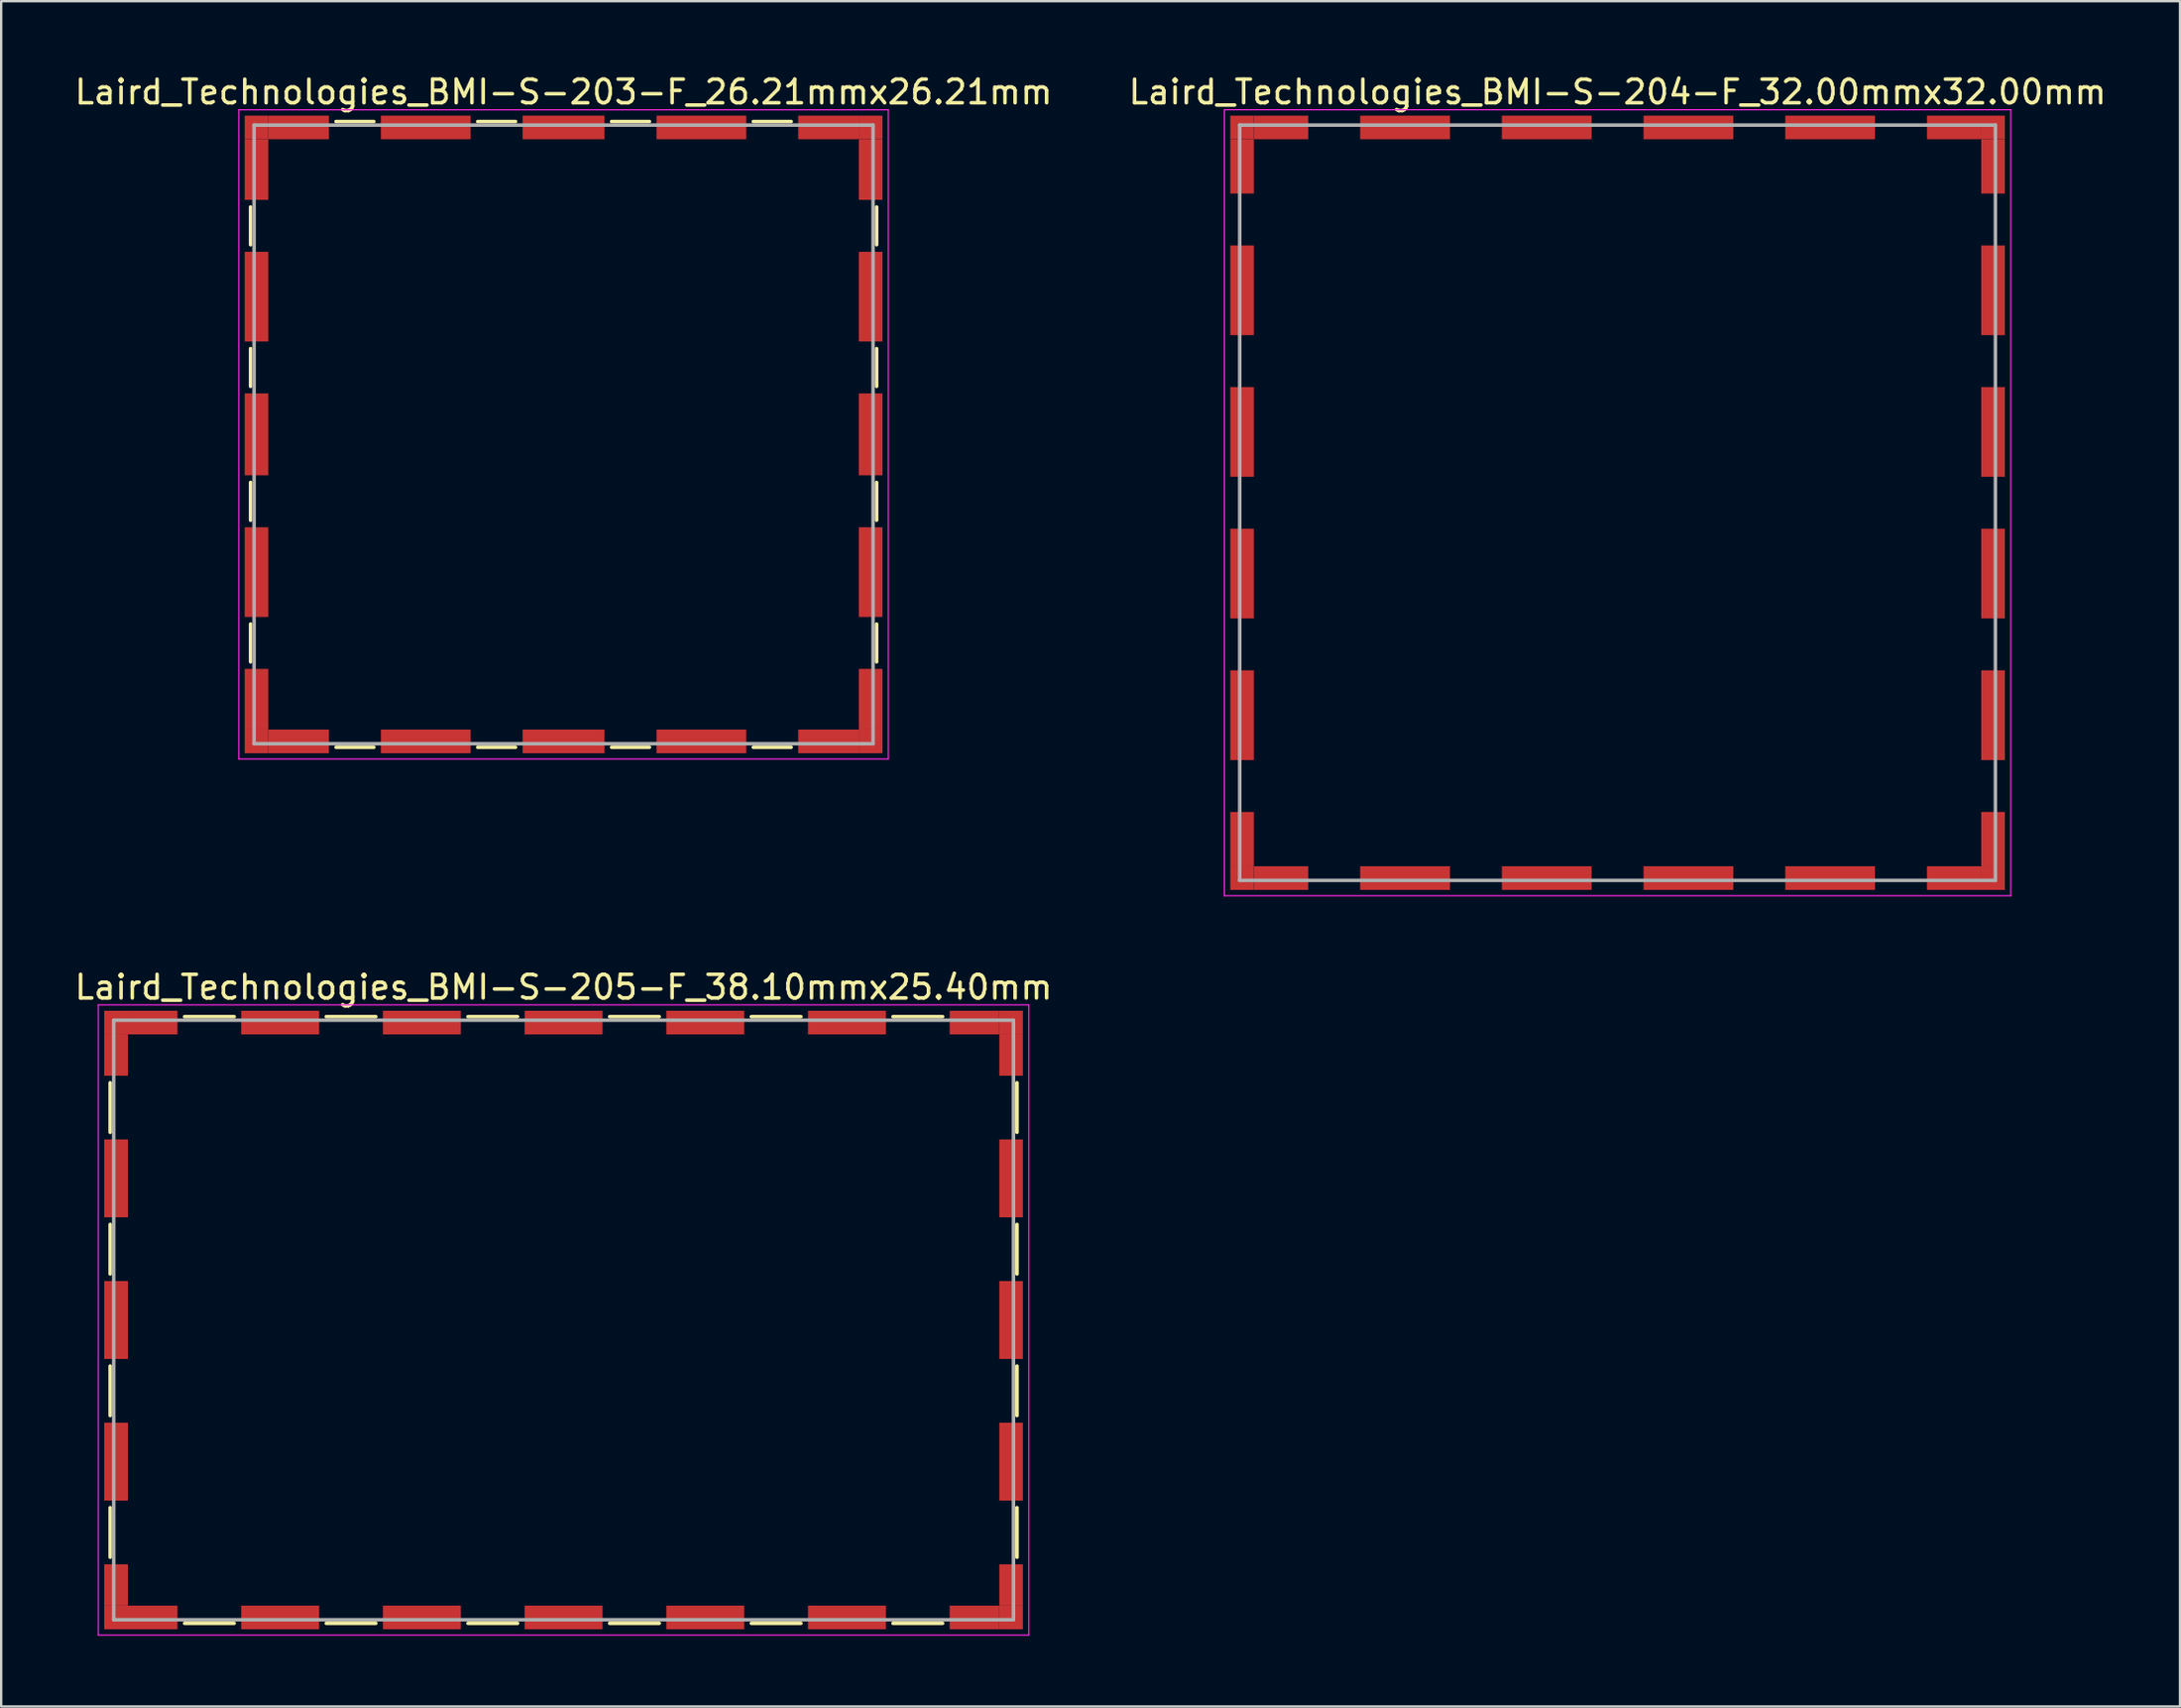
<source format=kicad_pcb>
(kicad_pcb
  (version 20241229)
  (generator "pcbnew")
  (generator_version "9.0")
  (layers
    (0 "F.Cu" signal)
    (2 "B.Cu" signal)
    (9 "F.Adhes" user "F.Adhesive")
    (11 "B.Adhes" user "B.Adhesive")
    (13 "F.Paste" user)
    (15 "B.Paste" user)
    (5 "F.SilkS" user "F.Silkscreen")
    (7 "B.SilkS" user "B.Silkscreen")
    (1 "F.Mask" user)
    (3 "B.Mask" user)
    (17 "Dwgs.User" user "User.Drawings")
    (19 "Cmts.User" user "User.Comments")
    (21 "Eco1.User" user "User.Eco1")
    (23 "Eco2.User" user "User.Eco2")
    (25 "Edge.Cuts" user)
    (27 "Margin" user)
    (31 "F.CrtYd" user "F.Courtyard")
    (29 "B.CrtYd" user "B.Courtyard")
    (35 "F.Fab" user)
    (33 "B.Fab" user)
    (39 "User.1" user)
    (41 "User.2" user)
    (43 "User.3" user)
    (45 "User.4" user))
  (footprint "Laird_Technologies_BMI-S-204-F_32.00mmx32.00mm"
    (layer "F.Cu")
    (at 65.446 18.248)
    (property "Reference" "Laird_Technologies_BMI-S-204-F_32.00mmx32.00mm" (at 0 -17.4 0) (layer "F.SilkS") (effects (font (size 1 1) (thickness 0.15))))
    (attr smd)
    (fp_line (start -16.65 -16.65) (end -16.65 16.65) (stroke (width 0.05) (type solid)) (layer "F.CrtYd"))
    (fp_line (start -16.65 16.65) (end 16.65 16.65) (stroke (width 0.05) (type solid)) (layer "F.CrtYd"))
    (fp_line (start 16.65 -16.65) (end -16.65 -16.65) (stroke (width 0.05) (type solid)) (layer "F.CrtYd"))
    (fp_line (start 16.65 16.65) (end 16.65 -16.65) (stroke (width 0.05) (type solid)) (layer "F.CrtYd"))
    (fp_line (start -16 -16) (end -16 16) (stroke (width 0.15) (type solid)) (layer "F.Fab"))
    (fp_line (start -16 16) (end 16 16) (stroke (width 0.15) (type solid)) (layer "F.Fab"))
    (fp_line (start 16 -16) (end -16 -16) (stroke (width 0.15) (type solid)) (layer "F.Fab"))
    (fp_line (start 16 16) (end 16 -16) (stroke (width 0.15) (type solid)) (layer "F.Fab"))
    (pad "1" smd rect (at -15.9 -15.9) (size 1 1) (layers "F.Cu" "F.Mask"))
    (pad "1" smd rect (at -15.9 -14.25) (size 1 2.3) (layers "F.Cu" "F.Mask"))
    (pad "1" smd rect (at -15.9 -9) (size 1 3.8) (layers "F.Cu" "F.Mask"))
    (pad "1" smd rect (at -15.9 -3) (size 1 3.8) (layers "F.Cu" "F.Mask"))
    (pad "1" smd rect (at -15.9 3) (size 1 3.8) (layers "F.Cu" "F.Mask"))
    (pad "1" smd rect (at -15.9 9) (size 1 3.8) (layers "F.Cu" "F.Mask"))
    (pad "1" smd rect (at -15.9 14.25) (size 1 2.3) (layers "F.Cu" "F.Mask"))
    (pad "1" smd rect (at -15.9 15.9) (size 1 1) (layers "F.Cu" "F.Mask"))
    (pad "1" smd rect (at -14.25 -15.9) (size 2.3 1) (layers "F.Cu" "F.Mask"))
    (pad "1" smd rect (at -14.25 15.9) (size 2.3 1) (layers "F.Cu" "F.Mask"))
    (pad "1" smd rect (at -9 -15.9) (size 3.8 1) (layers "F.Cu" "F.Mask"))
    (pad "1" smd rect (at -9 15.9) (size 3.8 1) (layers "F.Cu" "F.Mask"))
    (pad "1" smd rect (at -3 -15.9) (size 3.8 1) (layers "F.Cu" "F.Mask"))
    (pad "1" smd rect (at -3 15.9) (size 3.8 1) (layers "F.Cu" "F.Mask"))
    (pad "1" smd rect (at 3 -15.9) (size 3.8 1) (layers "F.Cu" "F.Mask"))
    (pad "1" smd rect (at 3 15.9) (size 3.8 1) (layers "F.Cu" "F.Mask"))
    (pad "1" smd rect (at 9 -15.9) (size 3.8 1) (layers "F.Cu" "F.Mask"))
    (pad "1" smd rect (at 9 15.9) (size 3.8 1) (layers "F.Cu" "F.Mask"))
    (pad "1" smd rect (at 14.25 -15.9) (size 2.3 1) (layers "F.Cu" "F.Mask"))
    (pad "1" smd rect (at 14.25 15.9) (size 2.3 1) (layers "F.Cu" "F.Mask"))
    (pad "1" smd rect (at 15.9 -15.9) (size 1 1) (layers "F.Cu" "F.Mask"))
    (pad "1" smd rect (at 15.9 -14.25) (size 1 2.3) (layers "F.Cu" "F.Mask"))
    (pad "1" smd rect (at 15.9 -9) (size 1 3.8) (layers "F.Cu" "F.Mask"))
    (pad "1" smd rect (at 15.9 -3) (size 1 3.8) (layers "F.Cu" "F.Mask"))
    (pad "1" smd rect (at 15.9 3) (size 1 3.8) (layers "F.Cu" "F.Mask"))
    (pad "1" smd rect (at 15.9 9) (size 1 3.8) (layers "F.Cu" "F.Mask"))
    (pad "1" smd rect (at 15.9 14.25) (size 1 2.3) (layers "F.Cu" "F.Mask"))
    (pad "1" smd rect (at 15.9 15.9) (size 1 1) (layers "F.Cu" "F.Mask")))
  (footprint "Laird_Technologies_BMI-S-205-F_38.10mmx25.40mm"
    (layer "F.Cu")
    (at 20.815 52.871)
    (property "Reference" "Laird_Technologies_BMI-S-205-F_38.10mmx25.40mm" (at 0 -14.1 0) (layer "F.SilkS") (effects (font (size 1 1) (thickness 0.15))))
    (attr smd)
    (fp_line (start -19.2 -10.05) (end -19.2 -7.95) (stroke (width 0.15) (type solid)) (layer "F.SilkS"))
    (fp_line (start -19.2 -4.05) (end -19.2 -1.95) (stroke (width 0.15) (type solid)) (layer "F.SilkS"))
    (fp_line (start -19.2 1.95) (end -19.2 4.05) (stroke (width 0.15) (type solid)) (layer "F.SilkS"))
    (fp_line (start -19.2 7.95) (end -19.2 10.05) (stroke (width 0.15) (type solid)) (layer "F.SilkS"))
    (fp_line (start -16.05 -12.85) (end -13.95 -12.85) (stroke (width 0.15) (type solid)) (layer "F.SilkS"))
    (fp_line (start -16.05 12.85) (end -13.95 12.85) (stroke (width 0.15) (type solid)) (layer "F.SilkS"))
    (fp_line (start -10.05 -12.85) (end -7.95 -12.85) (stroke (width 0.15) (type solid)) (layer "F.SilkS"))
    (fp_line (start -10.05 12.85) (end -7.95 12.85) (stroke (width 0.15) (type solid)) (layer "F.SilkS"))
    (fp_line (start -4.05 -12.85) (end -1.95 -12.85) (stroke (width 0.15) (type solid)) (layer "F.SilkS"))
    (fp_line (start -4.05 12.85) (end -1.95 12.85) (stroke (width 0.15) (type solid)) (layer "F.SilkS"))
    (fp_line (start 1.95 -12.85) (end 4.05 -12.85) (stroke (width 0.15) (type solid)) (layer "F.SilkS"))
    (fp_line (start 1.95 12.85) (end 4.05 12.85) (stroke (width 0.15) (type solid)) (layer "F.SilkS"))
    (fp_line (start 7.95 -12.85) (end 10.05 -12.85) (stroke (width 0.15) (type solid)) (layer "F.SilkS"))
    (fp_line (start 7.95 12.85) (end 10.05 12.85) (stroke (width 0.15) (type solid)) (layer "F.SilkS"))
    (fp_line (start 13.95 -12.85) (end 16.05 -12.85) (stroke (width 0.15) (type solid)) (layer "F.SilkS"))
    (fp_line (start 13.95 12.85) (end 16.05 12.85) (stroke (width 0.15) (type solid)) (layer "F.SilkS"))
    (fp_line (start 19.2 -10.05) (end 19.2 -7.95) (stroke (width 0.15) (type solid)) (layer "F.SilkS"))
    (fp_line (start 19.2 -4.05) (end 19.2 -1.95) (stroke (width 0.15) (type solid)) (layer "F.SilkS"))
    (fp_line (start 19.2 1.95) (end 19.2 4.05) (stroke (width 0.15) (type solid)) (layer "F.SilkS"))
    (fp_line (start 19.2 7.95) (end 19.2 10.05) (stroke (width 0.15) (type solid)) (layer "F.SilkS"))
    (fp_line (start -19.7 -13.35) (end -19.7 13.35) (stroke (width 0.05) (type solid)) (layer "F.CrtYd"))
    (fp_line (start -19.7 13.35) (end 19.7 13.35) (stroke (width 0.05) (type solid)) (layer "F.CrtYd"))
    (fp_line (start 19.7 -13.35) (end -19.7 -13.35) (stroke (width 0.05) (type solid)) (layer "F.CrtYd"))
    (fp_line (start 19.7 13.35) (end 19.7 -13.35) (stroke (width 0.05) (type solid)) (layer "F.CrtYd"))
    (fp_line (start -19.05 -12.7) (end -19.05 12.7) (stroke (width 0.15) (type solid)) (layer "F.Fab"))
    (fp_line (start -19.05 12.7) (end 19.05 12.7) (stroke (width 0.15) (type solid)) (layer "F.Fab"))
    (fp_line (start 19.05 -12.7) (end -19.05 -12.7) (stroke (width 0.15) (type solid)) (layer "F.Fab"))
    (fp_line (start 19.05 12.7) (end 19.05 -12.7) (stroke (width 0.15) (type solid)) (layer "F.Fab"))
    (pad "1" smd rect (at -18.95 -12.6) (size 1 1) (layers "F.Cu" "F.Mask"))
    (pad "1" smd rect (at -18.95 -11.225) (size 1 1.75) (layers "F.Cu" "F.Mask"))
    (pad "1" smd rect (at -18.95 -6) (size 1 3.3) (layers "F.Cu" "F.Mask"))
    (pad "1" smd rect (at -18.95 0) (size 1 3.3) (layers "F.Cu" "F.Mask"))
    (pad "1" smd rect (at -18.95 6) (size 1 3.3) (layers "F.Cu" "F.Mask"))
    (pad "1" smd rect (at -18.95 11.225) (size 1 1.75) (layers "F.Cu" "F.Mask"))
    (pad "1" smd rect (at -18.95 12.6) (size 1 1) (layers "F.Cu" "F.Mask"))
    (pad "1" smd rect (at -17.4 -12.6) (size 2.1 1) (layers "F.Cu" "F.Mask"))
    (pad "1" smd rect (at -17.4 12.6) (size 2.1 1) (layers "F.Cu" "F.Mask"))
    (pad "1" smd rect (at -12 -12.6) (size 3.3 1) (layers "F.Cu" "F.Mask"))
    (pad "1" smd rect (at -12 12.6) (size 3.3 1) (layers "F.Cu" "F.Mask"))
    (pad "1" smd rect (at -6 -12.6) (size 3.3 1) (layers "F.Cu" "F.Mask"))
    (pad "1" smd rect (at -6 12.6) (size 3.3 1) (layers "F.Cu" "F.Mask"))
    (pad "1" smd rect (at 0 -12.6) (size 3.3 1) (layers "F.Cu" "F.Mask"))
    (pad "1" smd rect (at 0 12.6) (size 3.3 1) (layers "F.Cu" "F.Mask"))
    (pad "1" smd rect (at 6 -12.6) (size 3.3 1) (layers "F.Cu" "F.Mask"))
    (pad "1" smd rect (at 6 12.6) (size 3.3 1) (layers "F.Cu" "F.Mask"))
    (pad "1" smd rect (at 12 -12.6) (size 3.3 1) (layers "F.Cu" "F.Mask"))
    (pad "1" smd rect (at 12 12.6) (size 3.3 1) (layers "F.Cu" "F.Mask"))
    (pad "1" smd rect (at 17.4 -12.6) (size 2.1 1) (layers "F.Cu" "F.Mask"))
    (pad "1" smd rect (at 17.4 12.6) (size 2.1 1) (layers "F.Cu" "F.Mask"))
    (pad "1" smd rect (at 18.95 -12.6) (size 1 1) (layers "F.Cu" "F.Mask"))
    (pad "1" smd rect (at 18.95 -11.225) (size 1 1.75) (layers "F.Cu" "F.Mask"))
    (pad "1" smd rect (at 18.95 -6) (size 1 3.3) (layers "F.Cu" "F.Mask"))
    (pad "1" smd rect (at 18.95 0) (size 1 3.3) (layers "F.Cu" "F.Mask"))
    (pad "1" smd rect (at 18.95 6) (size 1 3.3) (layers "F.Cu" "F.Mask"))
    (pad "1" smd rect (at 18.95 11.225) (size 1 1.75) (layers "F.Cu" "F.Mask"))
    (pad "1" smd rect (at 18.95 12.6) (size 1 1) (layers "F.Cu" "F.Mask")))
  (footprint "Laird_Technologies_BMI-S-203-F_26.21mmx26.21mm"
    (layer "F.Cu")
    (at 20.815 15.353)
    (property "Reference" "Laird_Technologies_BMI-S-203-F_26.21mmx26.21mm" (at 0 -14.505 0) (layer "F.SilkS") (effects (font (size 1 1) (thickness 0.15))))
    (attr smd)
    (fp_line (start -13.255 -9.635) (end -13.255 -8.035) (stroke (width 0.15) (type solid)) (layer "F.SilkS"))
    (fp_line (start -13.255 -3.635) (end -13.255 -2.035) (stroke (width 0.15) (type solid)) (layer "F.SilkS"))
    (fp_line (start -13.255 2.035) (end -13.255 3.635) (stroke (width 0.15) (type solid)) (layer "F.SilkS"))
    (fp_line (start -13.255 8.035) (end -13.255 9.635) (stroke (width 0.15) (type solid)) (layer "F.SilkS"))
    (fp_line (start -9.635 -13.255) (end -8.035 -13.255) (stroke (width 0.15) (type solid)) (layer "F.SilkS"))
    (fp_line (start -9.635 13.255) (end -8.035 13.255) (stroke (width 0.15) (type solid)) (layer "F.SilkS"))
    (fp_line (start -3.635 -13.255) (end -2.035 -13.255) (stroke (width 0.15) (type solid)) (layer "F.SilkS"))
    (fp_line (start -3.635 13.255) (end -2.035 13.255) (stroke (width 0.15) (type solid)) (layer "F.SilkS"))
    (fp_line (start 2.035 -13.255) (end 3.635 -13.255) (stroke (width 0.15) (type solid)) (layer "F.SilkS"))
    (fp_line (start 2.035 13.255) (end 3.635 13.255) (stroke (width 0.15) (type solid)) (layer "F.SilkS"))
    (fp_line (start 8.035 -13.255) (end 9.635 -13.255) (stroke (width 0.15) (type solid)) (layer "F.SilkS"))
    (fp_line (start 8.035 13.255) (end 9.635 13.255) (stroke (width 0.15) (type solid)) (layer "F.SilkS"))
    (fp_line (start 13.255 -9.635) (end 13.255 -8.035) (stroke (width 0.15) (type solid)) (layer "F.SilkS"))
    (fp_line (start 13.255 -3.635) (end 13.255 -2.035) (stroke (width 0.15) (type solid)) (layer "F.SilkS"))
    (fp_line (start 13.255 2.035) (end 13.255 3.635) (stroke (width 0.15) (type solid)) (layer "F.SilkS"))
    (fp_line (start 13.255 8.035) (end 13.255 9.635) (stroke (width 0.15) (type solid)) (layer "F.SilkS"))
    (fp_line (start -13.75 -13.75) (end -13.75 13.75) (stroke (width 0.05) (type solid)) (layer "F.CrtYd"))
    (fp_line (start -13.75 13.75) (end 13.75 13.75) (stroke (width 0.05) (type solid)) (layer "F.CrtYd"))
    (fp_line (start 13.75 -13.75) (end -13.75 -13.75) (stroke (width 0.05) (type solid)) (layer "F.CrtYd"))
    (fp_line (start 13.75 13.75) (end 13.75 -13.75) (stroke (width 0.05) (type solid)) (layer "F.CrtYd"))
    (fp_line (start -13.105 -13.105) (end -13.105 13.105) (stroke (width 0.15) (type solid)) (layer "F.Fab"))
    (fp_line (start -13.105 13.105) (end 13.105 13.105) (stroke (width 0.15) (type solid)) (layer "F.Fab"))
    (fp_line (start 13.105 -13.105) (end -13.105 -13.105) (stroke (width 0.15) (type solid)) (layer "F.Fab"))
    (fp_line (start 13.105 13.105) (end 13.105 -13.105) (stroke (width 0.15) (type solid)) (layer "F.Fab"))
    (pad "1" smd rect (at -13.005 -13.005) (size 1 1) (layers "F.Cu" "F.Mask"))
    (pad "1" smd rect (at -13.005 -11.22) (size 1 2.57) (layers "F.Cu" "F.Mask"))
    (pad "1" smd rect (at -13.005 -5.835) (size 1 3.8) (layers "F.Cu" "F.Mask"))
    (pad "1" smd rect (at -13.005 0) (size 1 3.47) (layers "F.Cu" "F.Mask"))
    (pad "1" smd rect (at -13.005 5.835) (size 1 3.8) (layers "F.Cu" "F.Mask"))
    (pad "1" smd rect (at -13.005 11.22) (size 1 2.57) (layers "F.Cu" "F.Mask"))
    (pad "1" smd rect (at -13.005 13.005) (size 1 1) (layers "F.Cu" "F.Mask"))
    (pad "1" smd rect (at -11.22 -13.005) (size 2.57 1) (layers "F.Cu" "F.Mask"))
    (pad "1" smd rect (at -11.22 13.005) (size 2.57 1) (layers "F.Cu" "F.Mask"))
    (pad "1" smd rect (at -5.835 -13.005) (size 3.8 1) (layers "F.Cu" "F.Mask"))
    (pad "1" smd rect (at -5.835 13.005) (size 3.8 1) (layers "F.Cu" "F.Mask"))
    (pad "1" smd rect (at 0 -13.005) (size 3.47 1) (layers "F.Cu" "F.Mask"))
    (pad "1" smd rect (at 0 13.005) (size 3.47 1) (layers "F.Cu" "F.Mask"))
    (pad "1" smd rect (at 5.835 -13.005) (size 3.8 1) (layers "F.Cu" "F.Mask"))
    (pad "1" smd rect (at 5.835 13.005) (size 3.8 1) (layers "F.Cu" "F.Mask"))
    (pad "1" smd rect (at 11.22 -13.005) (size 2.57 1) (layers "F.Cu" "F.Mask"))
    (pad "1" smd rect (at 11.22 13.005) (size 2.57 1) (layers "F.Cu" "F.Mask"))
    (pad "1" smd rect (at 13.005 -13.005) (size 1 1) (layers "F.Cu" "F.Mask"))
    (pad "1" smd rect (at 13.005 -11.22) (size 1 2.57) (layers "F.Cu" "F.Mask"))
    (pad "1" smd rect (at 13.005 -5.835) (size 1 3.8) (layers "F.Cu" "F.Mask"))
    (pad "1" smd rect (at 13.005 0) (size 1 3.47) (layers "F.Cu" "F.Mask"))
    (pad "1" smd rect (at 13.005 5.835) (size 1 3.8) (layers "F.Cu" "F.Mask"))
    (pad "1" smd rect (at 13.005 11.22) (size 1 2.57) (layers "F.Cu" "F.Mask"))
    (pad "1" smd rect (at 13.005 13.005) (size 1 1) (layers "F.Cu" "F.Mask")))
  (gr_rect
    (start -3 -3)
    (end 89.262 69.246)
    (stroke (width 0.1) (type default))
    (fill no)
    (layer "Edge.Cuts")))
</source>
